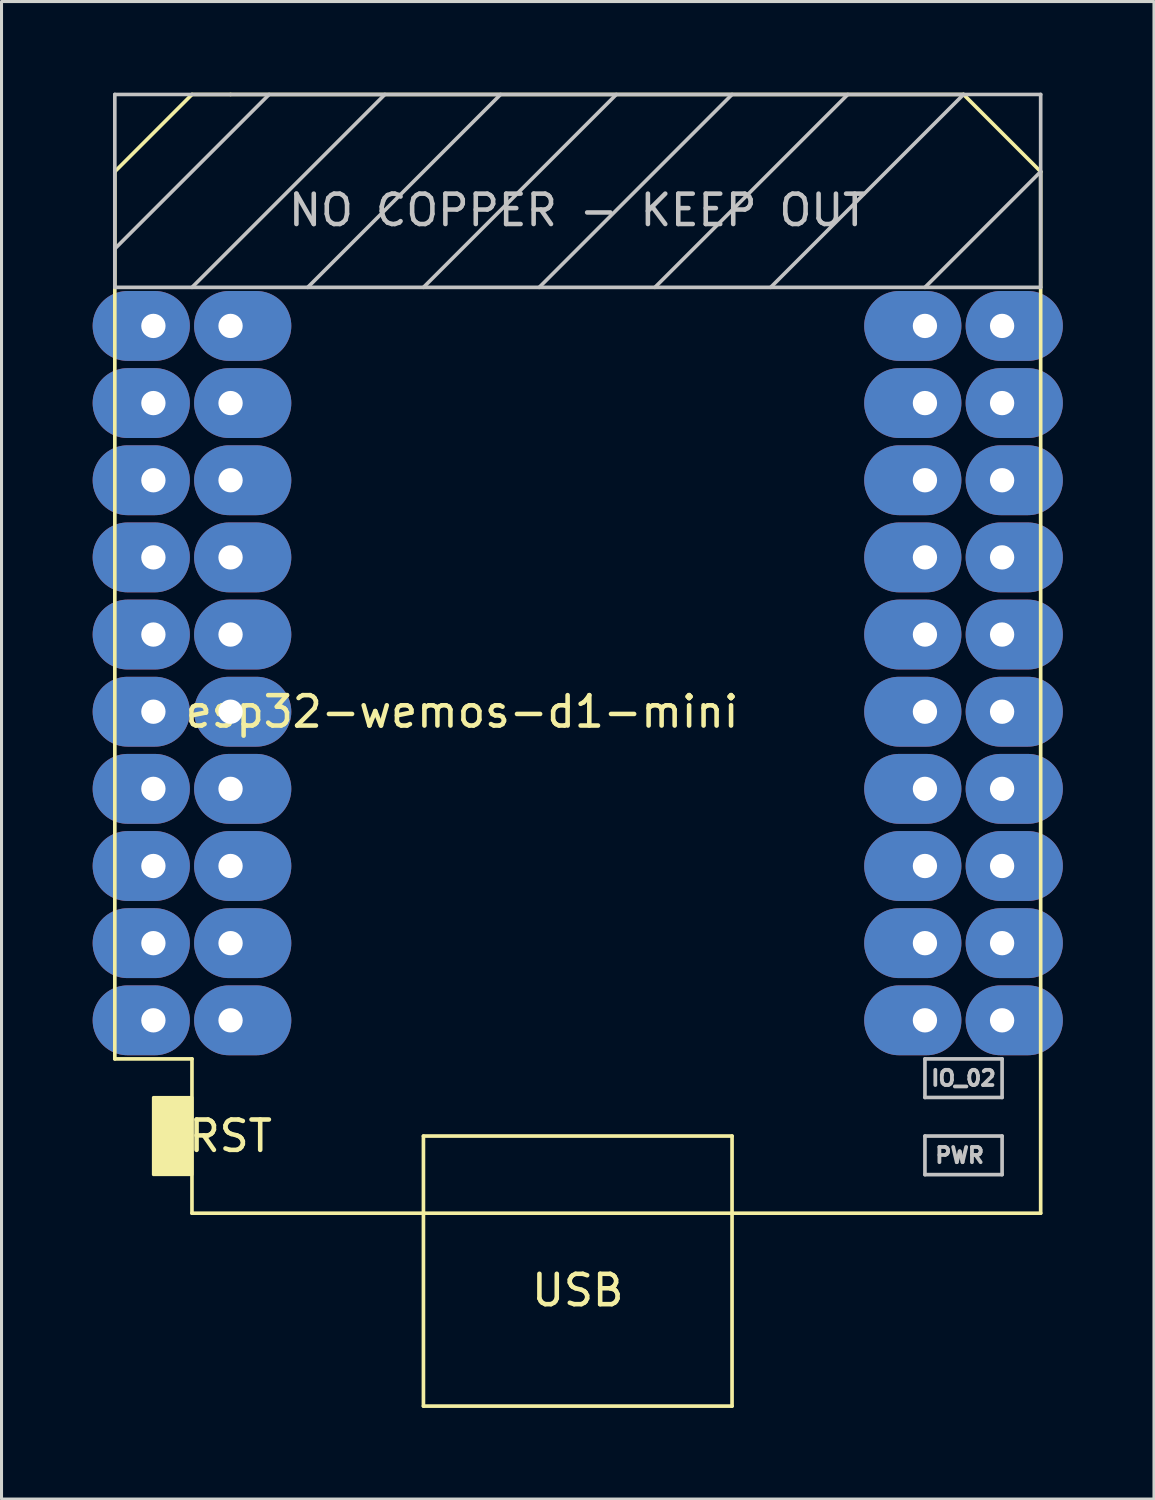
<source format=kicad_pcb>
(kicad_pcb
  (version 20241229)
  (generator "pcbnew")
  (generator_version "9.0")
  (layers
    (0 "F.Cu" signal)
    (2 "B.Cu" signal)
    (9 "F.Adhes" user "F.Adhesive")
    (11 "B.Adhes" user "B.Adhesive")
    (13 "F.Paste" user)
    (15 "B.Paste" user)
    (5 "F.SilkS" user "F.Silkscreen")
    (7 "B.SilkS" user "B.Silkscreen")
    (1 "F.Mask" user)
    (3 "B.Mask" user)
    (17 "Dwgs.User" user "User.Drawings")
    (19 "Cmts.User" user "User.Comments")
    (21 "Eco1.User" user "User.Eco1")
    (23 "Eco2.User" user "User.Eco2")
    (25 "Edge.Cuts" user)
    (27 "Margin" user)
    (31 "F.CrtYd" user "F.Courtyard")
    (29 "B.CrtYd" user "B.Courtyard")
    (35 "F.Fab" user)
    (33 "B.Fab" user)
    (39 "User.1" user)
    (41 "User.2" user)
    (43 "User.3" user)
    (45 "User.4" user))
  (footprint "esp32-wemos-d1-mini"
    (layer "F.Cu")
    (at 15.97 19.11)
    (property "Reference" "esp32-wemos-d1-mini" (at -3.81 1.27 0) (layer "F.SilkS") (effects (font (size 1 1) (thickness 0.15))))
    (attr through_hole)
    (fp_line (start -15.24 -16.51) (end -15.24 12.7) (stroke (width 0.12) (type solid)) (layer "F.SilkS"))
    (fp_line (start -15.24 12.7) (end -12.7 12.7) (stroke (width 0.12) (type solid)) (layer "F.SilkS"))
    (fp_line (start -12.7 -19.05) (end -15.24 -16.51) (stroke (width 0.12) (type solid)) (layer "F.SilkS"))
    (fp_line (start -12.7 -19.05) (end -11.43 -19.05) (stroke (width 0.12) (type solid)) (layer "F.SilkS"))
    (fp_line (start -12.7 12.7) (end -12.7 17.78) (stroke (width 0.12) (type solid)) (layer "F.SilkS"))
    (fp_line (start -12.7 17.78) (end 15.24 17.78) (stroke (width 0.12) (type solid)) (layer "F.SilkS"))
    (fp_line (start -5.08 15.24) (end 5.08 15.24) (stroke (width 0.12) (type solid)) (layer "F.SilkS"))
    (fp_line (start -5.08 17.78) (end -5.08 15.24) (stroke (width 0.12) (type solid)) (layer "F.SilkS"))
    (fp_line (start -5.08 17.78) (end -5.08 24.13) (stroke (width 0.12) (type solid)) (layer "F.SilkS"))
    (fp_line (start -5.08 24.13) (end 5.08 24.13) (stroke (width 0.12) (type solid)) (layer "F.SilkS"))
    (fp_line (start 5.08 15.24) (end 5.08 17.78) (stroke (width 0.12) (type solid)) (layer "F.SilkS"))
    (fp_line (start 5.08 24.13) (end 5.08 17.78) (stroke (width 0.12) (type solid)) (layer "F.SilkS"))
    (fp_line (start 12.7 -19.05) (end -11.43 -19.05) (stroke (width 0.12) (type solid)) (layer "F.SilkS"))
    (fp_line (start 12.7 -19.05) (end 15.24 -16.51) (stroke (width 0.12) (type solid)) (layer "F.SilkS"))
    (fp_line (start 15.24 -16.51) (end 15.24 17.78) (stroke (width 0.12) (type solid)) (layer "F.SilkS"))
    (fp_poly (pts (xy -13.97 16.51) (xy -13.97 13.97) (xy -12.7 13.97) (xy -12.7 16.51)) (stroke (width 0.1) (type solid)) (fill yes) (layer "F.SilkS"))
    (fp_line (start -15.24 -19.05) (end -15.24 -12.7) (stroke (width 0.12) (type solid)) (layer "Dwgs.User"))
    (fp_line (start -15.24 -12.7) (end 15.24 -12.7) (stroke (width 0.12) (type solid)) (layer "Dwgs.User"))
    (fp_line (start -10.16 -19.05) (end -15.24 -13.97) (stroke (width 0.12) (type solid)) (layer "Dwgs.User"))
    (fp_line (start -6.35 -19.05) (end -12.7 -12.7) (stroke (width 0.12) (type solid)) (layer "Dwgs.User"))
    (fp_line (start -2.54 -19.05) (end -8.89 -12.7) (stroke (width 0.12) (type solid)) (layer "Dwgs.User"))
    (fp_line (start 1.27 -19.05) (end -5.08 -12.7) (stroke (width 0.12) (type solid)) (layer "Dwgs.User"))
    (fp_line (start 5.08 -19.05) (end -1.27 -12.7) (stroke (width 0.12) (type solid)) (layer "Dwgs.User"))
    (fp_line (start 8.89 -19.05) (end 2.54 -12.7) (stroke (width 0.12) (type solid)) (layer "Dwgs.User"))
    (fp_line (start 11.43 12.7) (end 11.43 13.97) (stroke (width 0.12) (type solid)) (layer "Dwgs.User"))
    (fp_line (start 11.43 13.97) (end 13.97 13.97) (stroke (width 0.12) (type solid)) (layer "Dwgs.User"))
    (fp_line (start 11.43 15.24) (end 13.97 15.24) (stroke (width 0.12) (type solid)) (layer "Dwgs.User"))
    (fp_line (start 11.43 16.51) (end 11.43 15.24) (stroke (width 0.12) (type solid)) (layer "Dwgs.User"))
    (fp_line (start 12.7 -19.05) (end 6.35 -12.7) (stroke (width 0.12) (type solid)) (layer "Dwgs.User"))
    (fp_line (start 13.97 12.7) (end 11.43 12.7) (stroke (width 0.12) (type solid)) (layer "Dwgs.User"))
    (fp_line (start 13.97 13.97) (end 13.97 12.7) (stroke (width 0.12) (type solid)) (layer "Dwgs.User"))
    (fp_line (start 13.97 15.24) (end 13.97 16.51) (stroke (width 0.12) (type solid)) (layer "Dwgs.User"))
    (fp_line (start 13.97 16.51) (end 11.43 16.51) (stroke (width 0.12) (type solid)) (layer "Dwgs.User"))
    (fp_line (start 15.24 -19.05) (end -15.24 -19.05) (stroke (width 0.12) (type solid)) (layer "Dwgs.User"))
    (fp_line (start 15.24 -16.51) (end 11.43 -12.7) (stroke (width 0.12) (type solid)) (layer "Dwgs.User"))
    (fp_line (start 15.24 -12.7) (end 15.24 -19.05) (stroke (width 0.12) (type solid)) (layer "Dwgs.User"))
    (fp_text user "RST" (at -11.43 15.24 0) (layer "F.SilkS") (effects (font (size 1 1) (thickness 0.15))))
    (fp_text user "USB" (at 0 20.32 0) (layer "F.SilkS") (effects (font (size 1 1) (thickness 0.15))))
    (fp_text user "NO COPPER - KEEP OUT" (at 0 -15.24 0) (layer "Dwgs.User") (effects (font (size 1 1) (thickness 0.15))))
    (fp_text user "PWR" (at 12.573 15.875 0) (layer "Dwgs.User") (effects (font (size 0.5 0.5) (thickness 0.125))))
    (fp_text user "IO_02" (at 12.7 13.335 0) (layer "Dwgs.User") (effects (font (size 0.5 0.5) (thickness 0.125))))
    (pad "1" thru_hole oval (at -13.97 -11.43 270) (size 2.3 3.2) (drill 0.8 (offset 0 0.4)) (layers "*.Cu" "*.Mask"))
    (pad "2" thru_hole oval (at -11.43 -11.43 270) (size 2.3 3.2) (drill 0.8 (offset 0 -0.4)) (layers "*.Cu" "*.Mask"))
    (pad "3" thru_hole oval (at -13.97 -8.89 270) (size 2.3 3.2) (drill 0.8 (offset 0 0.4)) (layers "*.Cu" "*.Mask"))
    (pad "4" thru_hole oval (at -11.43 -8.89 270) (size 2.3 3.2) (drill 0.8 (offset 0 -0.4)) (layers "*.Cu" "*.Mask"))
    (pad "5" thru_hole oval (at -13.97 -6.35 270) (size 2.3 3.2) (drill 0.8 (offset 0 0.4)) (layers "*.Cu" "*.Mask"))
    (pad "6" thru_hole oval (at -11.43 -6.35 270) (size 2.3 3.2) (drill 0.8 (offset 0 -0.4)) (layers "*.Cu" "*.Mask"))
    (pad "7" thru_hole oval (at -13.97 -3.81 270) (size 2.3 3.2) (drill 0.8 (offset 0 0.4)) (layers "*.Cu" "*.Mask"))
    (pad "8" thru_hole oval (at -11.43 -3.81 270) (size 2.3 3.2) (drill 0.8 (offset 0 -0.4)) (layers "*.Cu" "*.Mask"))
    (pad "9" thru_hole oval (at -13.97 -1.27 270) (size 2.3 3.2) (drill 0.8 (offset 0 0.4)) (layers "*.Cu" "*.Mask"))
    (pad "10" thru_hole oval (at -11.43 -1.27 270) (size 2.3 3.2) (drill 0.8 (offset 0 -0.4)) (layers "*.Cu" "*.Mask"))
    (pad "11" thru_hole oval (at -13.97 1.27 270) (size 2.3 3.2) (drill 0.8 (offset 0 0.4)) (layers "*.Cu" "*.Mask"))
    (pad "12" thru_hole oval (at -11.43 1.27 270) (size 2.3 3.2) (drill 0.8 (offset 0 -0.4)) (layers "*.Cu" "*.Mask"))
    (pad "13" thru_hole oval (at -13.97 3.81 270) (size 2.3 3.2) (drill 0.8 (offset 0 0.4)) (layers "*.Cu" "*.Mask"))
    (pad "14" thru_hole oval (at -11.43 3.81 270) (size 2.3 3.2) (drill 0.8 (offset 0 -0.4)) (layers "*.Cu" "*.Mask"))
    (pad "15" thru_hole oval (at -13.97 6.35 270) (size 2.3 3.2) (drill 0.8 (offset 0 0.4)) (layers "*.Cu" "*.Mask"))
    (pad "16" thru_hole oval (at -11.43 6.35 270) (size 2.3 3.2) (drill 0.8 (offset 0 -0.4)) (layers "*.Cu" "*.Mask"))
    (pad "17" thru_hole oval (at -13.97 8.89 270) (size 2.3 3.2) (drill 0.8 (offset 0 0.4)) (layers "*.Cu" "*.Mask"))
    (pad "18" thru_hole oval (at -11.43 8.89 270) (size 2.3 3.2) (drill 0.8 (offset 0 -0.4)) (layers "*.Cu" "*.Mask"))
    (pad "19" thru_hole oval (at -13.97 11.43 270) (size 2.3 3.2) (drill 0.8 (offset 0 0.4)) (layers "*.Cu" "*.Mask"))
    (pad "20" thru_hole oval (at -11.43 11.43 270) (size 2.3 3.2) (drill 0.8 (offset 0 -0.4)) (layers "*.Cu" "*.Mask"))
    (pad "21" thru_hole oval (at 11.43 -11.43 270) (size 2.3 3.2) (drill 0.8 (offset 0 0.4)) (layers "*.Cu" "*.Mask"))
    (pad "22" thru_hole oval (at 13.97 -11.43 270) (size 2.3 3.2) (drill 0.8 (offset 0 -0.4)) (layers "*.Cu" "*.Mask"))
    (pad "23" thru_hole oval (at 11.43 -8.89 270) (size 2.3 3.2) (drill 0.8 (offset 0 0.4)) (layers "*.Cu" "*.Mask"))
    (pad "24" thru_hole oval (at 13.97 -8.89 270) (size 2.3 3.2) (drill 0.8 (offset 0 -0.4)) (layers "*.Cu" "*.Mask"))
    (pad "25" thru_hole oval (at 11.43 -6.35 270) (size 2.3 3.2) (drill 0.8 (offset 0 0.4)) (layers "*.Cu" "*.Mask"))
    (pad "26" thru_hole oval (at 13.97 -6.35 270) (size 2.3 3.2) (drill 0.8 (offset 0 -0.4)) (layers "*.Cu" "*.Mask"))
    (pad "27" thru_hole oval (at 11.43 -3.81 270) (size 2.3 3.2) (drill 0.8 (offset 0 0.4)) (layers "*.Cu" "*.Mask"))
    (pad "28" thru_hole oval (at 13.97 -3.81 270) (size 2.3 3.2) (drill 0.8 (offset 0 -0.4)) (layers "*.Cu" "*.Mask"))
    (pad "29" thru_hole oval (at 11.43 -1.27 270) (size 2.3 3.2) (drill 0.8 (offset 0 0.4)) (layers "*.Cu" "*.Mask"))
    (pad "30" thru_hole oval (at 13.97 -1.27 270) (size 2.3 3.2) (drill 0.8 (offset 0 -0.4)) (layers "*.Cu" "*.Mask"))
    (pad "31" thru_hole oval (at 11.43 1.27 270) (size 2.3 3.2) (drill 0.8 (offset 0 0.4)) (layers "*.Cu" "*.Mask"))
    (pad "32" thru_hole oval (at 13.97 1.27 270) (size 2.3 3.2) (drill 0.8 (offset 0 -0.4)) (layers "*.Cu" "*.Mask"))
    (pad "33" thru_hole oval (at 11.43 3.81 270) (size 2.3 3.2) (drill 0.8 (offset 0 0.4)) (layers "*.Cu" "*.Mask"))
    (pad "34" thru_hole oval (at 13.97 3.81 270) (size 2.3 3.2) (drill 0.8 (offset 0 -0.4)) (layers "*.Cu" "*.Mask"))
    (pad "35" thru_hole oval (at 11.43 6.35 270) (size 2.3 3.2) (drill 0.8 (offset 0 0.4)) (layers "*.Cu" "*.Mask"))
    (pad "36" thru_hole oval (at 13.97 6.35 270) (size 2.3 3.2) (drill 0.8 (offset 0 -0.4)) (layers "*.Cu" "*.Mask"))
    (pad "37" thru_hole oval (at 11.43 8.89 270) (size 2.3 3.2) (drill 0.8 (offset 0 0.4)) (layers "*.Cu" "*.Mask"))
    (pad "38" thru_hole oval (at 13.97 8.89 270) (size 2.3 3.2) (drill 0.8 (offset 0 -0.4)) (layers "*.Cu" "*.Mask"))
    (pad "39" thru_hole oval (at 11.43 11.43 270) (size 2.3 3.2) (drill 0.8 (offset 0 0.4)) (layers "*.Cu" "*.Mask"))
    (pad "40" thru_hole oval (at 13.97 11.43 270) (size 2.3 3.2) (drill 0.8 (offset 0 -0.4)) (layers "*.Cu" "*.Mask")))
  (gr_rect
    (start -3 -3)
    (end 34.94 46.3)
    (stroke (width 0.1) (type default))
    (fill no)
    (layer "Edge.Cuts")))
</source>
